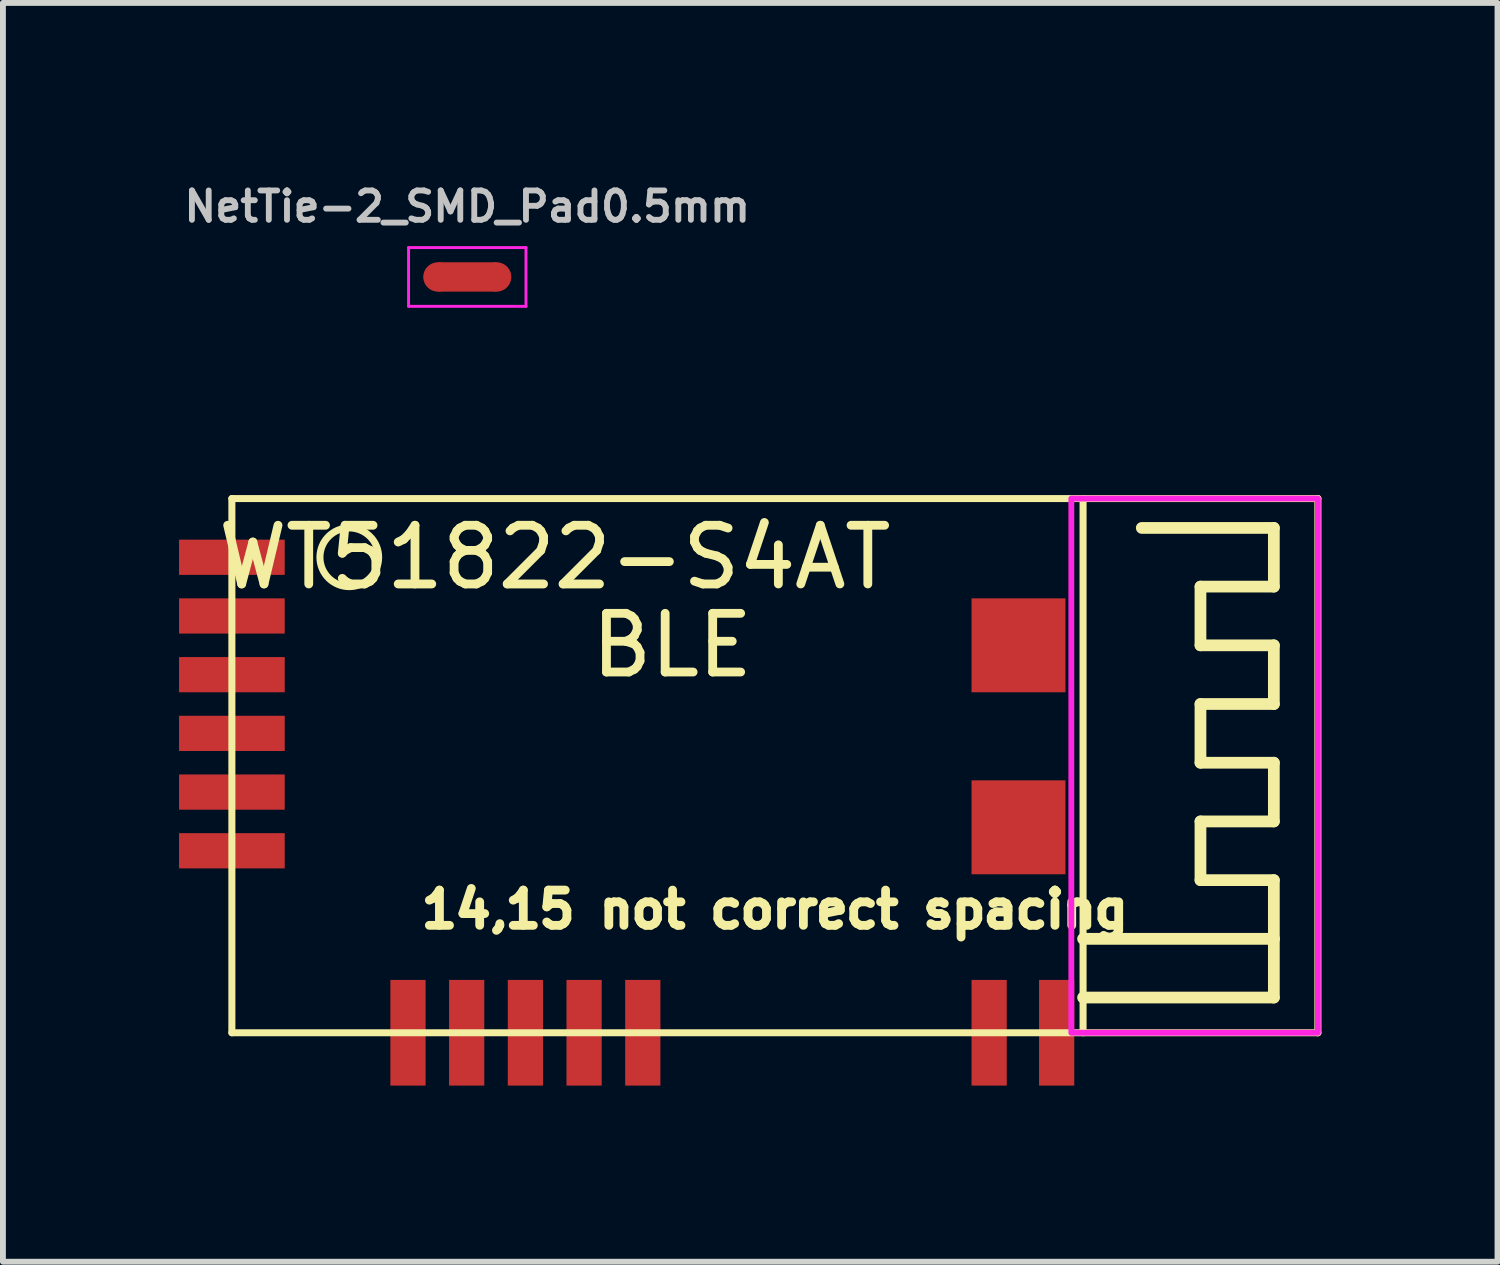
<source format=kicad_pcb>
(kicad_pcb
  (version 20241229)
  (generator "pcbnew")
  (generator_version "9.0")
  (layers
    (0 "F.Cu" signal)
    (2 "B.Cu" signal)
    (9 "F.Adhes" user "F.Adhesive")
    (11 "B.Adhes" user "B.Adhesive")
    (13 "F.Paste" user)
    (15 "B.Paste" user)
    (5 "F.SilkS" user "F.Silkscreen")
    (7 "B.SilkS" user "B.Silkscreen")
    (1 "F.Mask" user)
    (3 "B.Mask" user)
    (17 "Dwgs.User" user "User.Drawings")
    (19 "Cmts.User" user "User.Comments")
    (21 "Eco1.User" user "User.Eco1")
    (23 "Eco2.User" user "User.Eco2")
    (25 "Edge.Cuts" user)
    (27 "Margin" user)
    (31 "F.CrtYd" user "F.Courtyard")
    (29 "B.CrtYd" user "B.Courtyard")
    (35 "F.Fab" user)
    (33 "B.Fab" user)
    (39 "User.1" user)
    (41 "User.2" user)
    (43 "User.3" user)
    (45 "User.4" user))
  (footprint "WT51822-S4AT"
    (layer "F.Cu")
    (at 9.9 5.443)
    (property "Reference" "WT51822-S4AT" (at -3.5 1 0) (layer "F.SilkS") (effects (font (size 1 1) (thickness 0.15))))
    (attr through_hole)
    (fp_line (start -9 0) (end 9.5 0) (stroke (width 0.12) (type solid)) (layer "F.SilkS"))
    (fp_line (start -9 9.1) (end -9 0) (stroke (width 0.12) (type solid)) (layer "F.SilkS"))
    (fp_line (start 5.5 8.5) (end 8.75 8.5) (stroke (width 0.2) (type solid)) (layer "F.SilkS"))
    (fp_line (start 5.5 9.1) (end 5.5 0) (stroke (width 0.12) (type solid)) (layer "F.SilkS"))
    (fp_line (start 6.5 0.5) (end 8.75 0.5) (stroke (width 0.2) (type solid)) (layer "F.SilkS"))
    (fp_line (start 7.5 1.5) (end 8.75 1.5) (stroke (width 0.2) (type solid)) (layer "F.SilkS"))
    (fp_line (start 7.5 2.5) (end 7.5 1.5) (stroke (width 0.2) (type solid)) (layer "F.SilkS"))
    (fp_line (start 7.5 3.5) (end 8.75 3.5) (stroke (width 0.2) (type solid)) (layer "F.SilkS"))
    (fp_line (start 7.5 4.5) (end 7.5 3.5) (stroke (width 0.2) (type solid)) (layer "F.SilkS"))
    (fp_line (start 7.5 5.5) (end 8.75 5.5) (stroke (width 0.2) (type solid)) (layer "F.SilkS"))
    (fp_line (start 7.5 6.5) (end 7.5 5.5) (stroke (width 0.2) (type solid)) (layer "F.SilkS"))
    (fp_line (start 8.75 1.5) (end 8.75 0.5) (stroke (width 0.2) (type solid)) (layer "F.SilkS"))
    (fp_line (start 8.75 2.5) (end 7.5 2.5) (stroke (width 0.2) (type solid)) (layer "F.SilkS"))
    (fp_line (start 8.75 3.5) (end 8.75 2.5) (stroke (width 0.2) (type solid)) (layer "F.SilkS"))
    (fp_line (start 8.75 4.5) (end 7.5 4.5) (stroke (width 0.2) (type solid)) (layer "F.SilkS"))
    (fp_line (start 8.75 5.5) (end 8.75 4.5) (stroke (width 0.2) (type solid)) (layer "F.SilkS"))
    (fp_line (start 8.75 6.5) (end 7.5 6.5) (stroke (width 0.2) (type solid)) (layer "F.SilkS"))
    (fp_line (start 8.75 7.5) (end 5.5 7.5) (stroke (width 0.2) (type solid)) (layer "F.SilkS"))
    (fp_line (start 8.75 7.5) (end 8.75 6.5) (stroke (width 0.2) (type solid)) (layer "F.SilkS"))
    (fp_line (start 8.75 8.5) (end 8.75 7.5) (stroke (width 0.2) (type solid)) (layer "F.SilkS"))
    (fp_line (start 9.5 0) (end 9.5 9.1) (stroke (width 0.12) (type solid)) (layer "F.SilkS"))
    (fp_line (start 9.5 9.1) (end -9 9.1) (stroke (width 0.12) (type solid)) (layer "F.SilkS"))
    (fp_circle (center -7 1) (end -7.5 1) (stroke (width 0.12) (type solid)) (fill no) (layer "F.SilkS"))
    (fp_poly (pts (xy 9.5 9.1) (xy 5.3 9.1) (xy 5.3 0) (xy 9.5 0)) (stroke (width 0.1) (type solid)) (fill no) (layer "F.CrtYd"))
    (fp_text user "14,15 not correct spacing" (at 0.25 7 0) (layer "F.SilkS") (effects (font (size 0.6 0.6) (thickness 0.15))))
    (fp_text user "BLE" (at -1.5 2.5 0) (layer "F.SilkS") (effects (font (size 1 1) (thickness 0.15))))
    (pad "P1" smd rect (at -9 1) (size 1.8 0.6) (layers "F.Cu" "F.Mask" "F.Paste"))
    (pad "P2" smd rect (at -9 2) (size 1.8 0.6) (layers "F.Cu" "F.Mask" "F.Paste"))
    (pad "P3" smd rect (at -9 3) (size 1.8 0.6) (layers "F.Cu" "F.Mask" "F.Paste"))
    (pad "P4" smd rect (at -9 4) (size 1.8 0.6) (layers "F.Cu" "F.Mask" "F.Paste"))
    (pad "P5" smd rect (at -9 5) (size 1.8 0.6) (layers "F.Cu" "F.Mask" "F.Paste"))
    (pad "P6" smd rect (at -9 6) (size 1.8 0.6) (layers "F.Cu" "F.Mask" "F.Paste"))
    (pad "P7" smd rect (at -6 9.1 90) (size 1.8 0.6) (layers "F.Cu" "F.Mask" "F.Paste"))
    (pad "P8" smd rect (at -5 9.1 90) (size 1.8 0.6) (layers "F.Cu" "F.Mask" "F.Paste"))
    (pad "P9" smd rect (at -4 9.1 90) (size 1.8 0.6) (layers "F.Cu" "F.Mask" "F.Paste"))
    (pad "P10" smd rect (at -3 9.1 90) (size 1.8 0.6) (layers "F.Cu" "F.Mask" "F.Paste"))
    (pad "P11" smd rect (at -2 9.1 90) (size 1.8 0.6) (layers "F.Cu" "F.Mask" "F.Paste"))
    (pad "P12" smd rect (at 3.9 9.1 90) (size 1.8 0.6) (layers "F.Cu" "F.Mask" "F.Paste"))
    (pad "P13" smd rect (at 5.05 9.1 90) (size 1.8 0.6) (layers "F.Cu" "F.Mask" "F.Paste"))
    (pad "P14" smd rect (at 4.4 5.6 90) (size 1.6 1.6) (layers "F.Cu" "F.Mask" "F.Paste"))
    (pad "P15" smd rect (at 4.4 2.5 90) (size 1.6 1.6) (layers "F.Cu" "F.Mask" "F.Paste")))
  (footprint "NetTie-2_SMD_Pad0.5mm"
    (layer "F.Cu")
    (at 4.91 1.668)
    (property "Reference" "NetTie-2_SMD_Pad0.5mm" (at 0 -1.2 0) (layer "Dwgs.User") (effects (font (size 0.5 0.5) (thickness 0.1))))
    (attr exclude_from_pos_files exclude_from_bom)
    (fp_poly (pts (xy -0.5 -0.25) (xy 0.5 -0.25) (xy 0.5 0.25) (xy -0.5 0.25)) (stroke (width 0) (type solid)) (fill yes) (layer "F.Cu"))
    (fp_line (start -1 -0.5) (end -1 0.5) (stroke (width 0.05) (type solid)) (layer "F.CrtYd"))
    (fp_line (start -1 0.5) (end 1 0.5) (stroke (width 0.05) (type solid)) (layer "F.CrtYd"))
    (fp_line (start 1 -0.5) (end -1 -0.5) (stroke (width 0.05) (type solid)) (layer "F.CrtYd"))
    (fp_line (start 1 0.5) (end 1 -0.5) (stroke (width 0.05) (type solid)) (layer "F.CrtYd"))
    (pad "1" smd circle (at -0.5 0) (size 0.5 0.5) (layers "F.Cu"))
    (pad "2" smd circle (at 0.5 0) (size 0.5 0.5) (layers "F.Cu")))
  (gr_rect
    (start -3 -3)
    (end 22.46 18.443)
    (stroke (width 0.1) (type default))
    (fill no)
    (layer "Edge.Cuts")))
</source>
